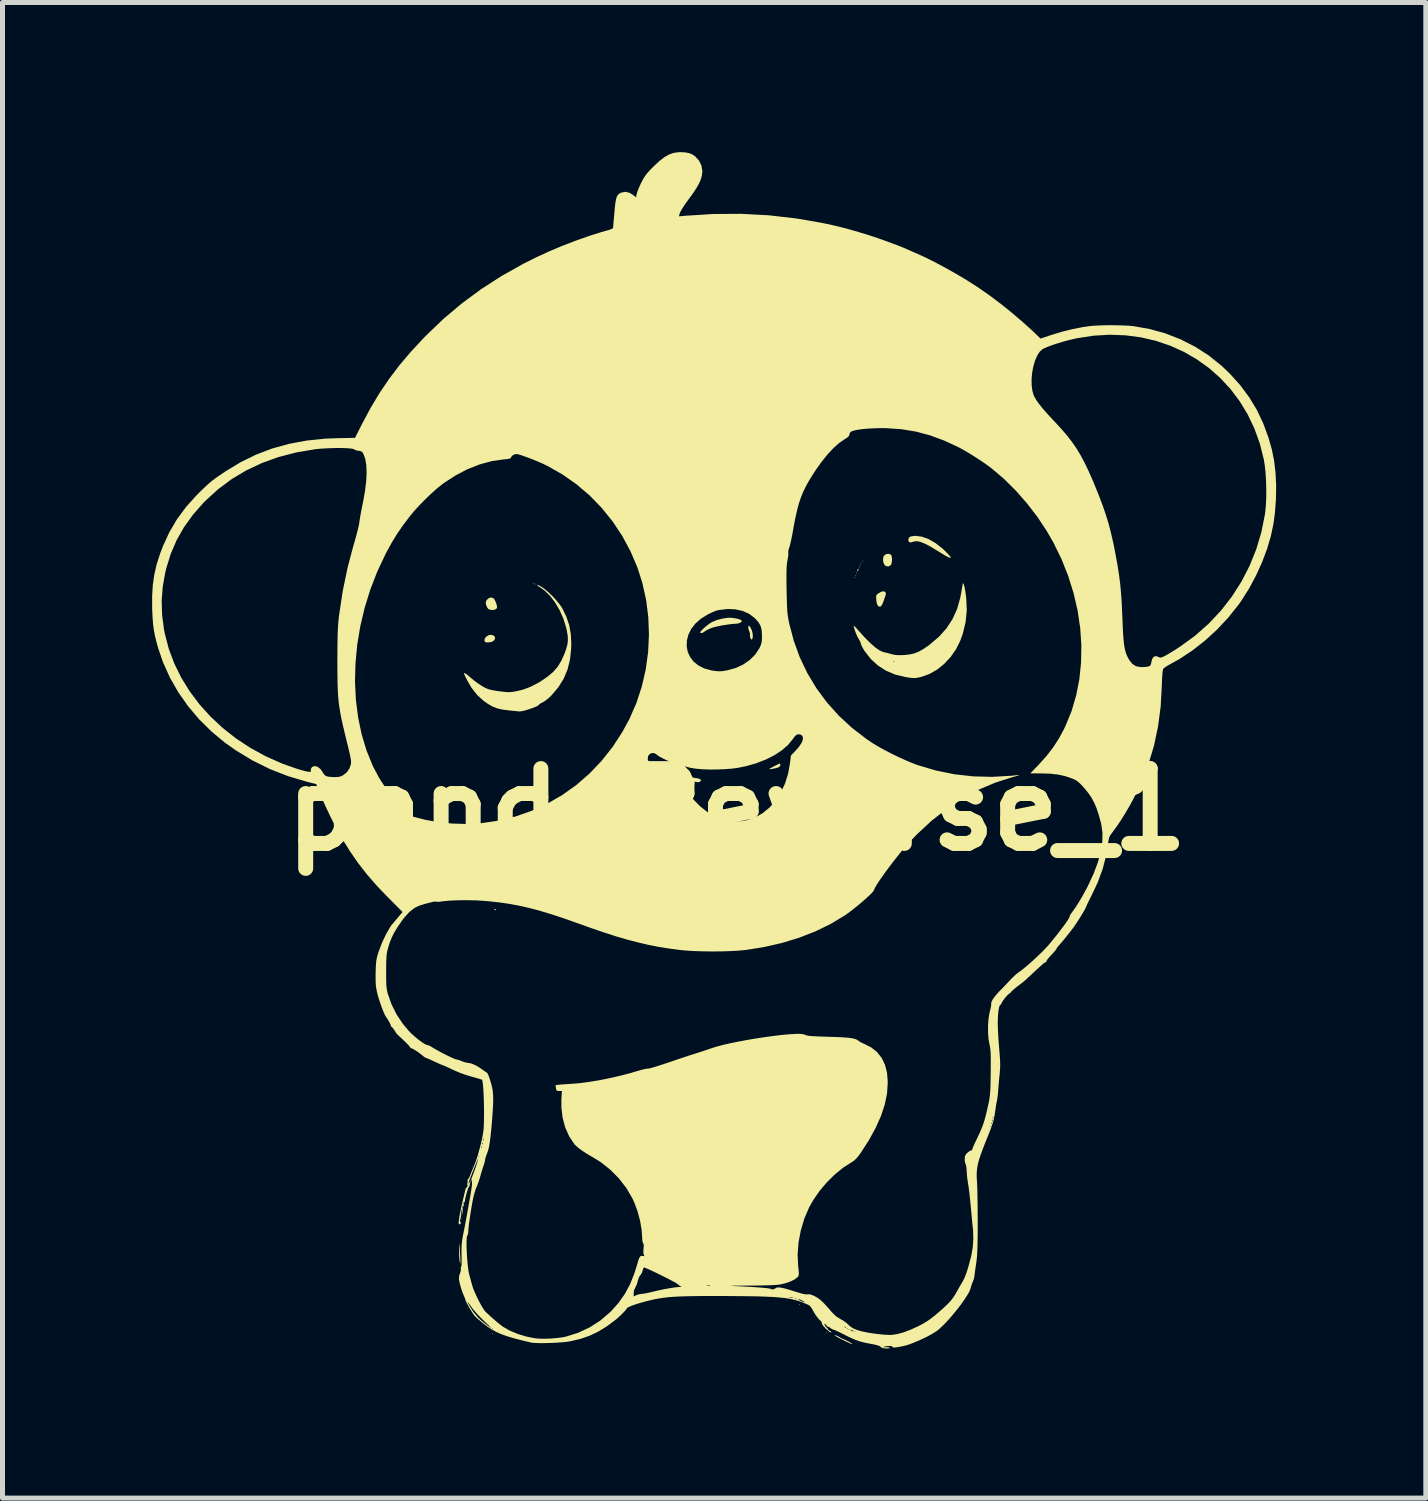
<source format=kicad_pcb>
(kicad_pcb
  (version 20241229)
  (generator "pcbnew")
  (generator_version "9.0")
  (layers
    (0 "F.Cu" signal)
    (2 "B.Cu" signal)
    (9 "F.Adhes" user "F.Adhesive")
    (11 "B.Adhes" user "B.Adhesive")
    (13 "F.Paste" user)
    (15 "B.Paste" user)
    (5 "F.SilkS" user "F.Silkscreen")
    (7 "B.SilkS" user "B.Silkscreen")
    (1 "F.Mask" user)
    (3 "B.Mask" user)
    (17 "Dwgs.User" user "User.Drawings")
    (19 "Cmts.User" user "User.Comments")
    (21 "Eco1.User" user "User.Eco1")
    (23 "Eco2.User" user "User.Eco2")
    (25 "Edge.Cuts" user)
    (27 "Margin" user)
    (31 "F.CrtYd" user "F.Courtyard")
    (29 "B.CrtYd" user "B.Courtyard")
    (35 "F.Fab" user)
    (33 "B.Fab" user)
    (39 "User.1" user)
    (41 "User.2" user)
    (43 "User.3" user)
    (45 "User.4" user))
  (footprint "pandaReverse_1"
    (layer "F.Cu")
    (at 11.721 13.179)
    (property "Reference" "pandaReverse_1" (at 0 0 0) (layer "F.SilkS") (effects (font (size 1.5 1.5) (thickness 0.3))))
    (attr board_only exclude_from_pos_files exclude_from_bom)
    (fp_poly (pts (xy -5.384 9.991) (xy -5.393 9.999) (xy -5.401 9.991) (xy -5.393 9.982)) (stroke (width 0) (type solid)) (fill yes) (layer "F.SilkS"))
    (fp_poly (pts (xy -5.299 7.153) (xy -5.307 7.162) (xy -5.316 7.153) (xy -5.307 7.145)) (stroke (width 0) (type solid)) (fill yes) (layer "F.SilkS"))
    (fp_poly (pts (xy -4.889 10.504) (xy -4.897 10.512) (xy -4.906 10.504) (xy -4.897 10.495)) (stroke (width 0) (type solid)) (fill yes) (layer "F.SilkS"))
    (fp_poly (pts (xy -4.068 -4.538) (xy -4.077 -4.53) (xy -4.085 -4.538) (xy -4.077 -4.547)) (stroke (width 0) (type solid)) (fill yes) (layer "F.SilkS"))
    (fp_poly (pts (xy -4.034 -4.521) (xy -4.042 -4.513) (xy -4.051 -4.521) (xy -4.042 -4.53)) (stroke (width 0) (type solid)) (fill yes) (layer "F.SilkS"))
    (fp_poly (pts (xy 1.265 9.922) (xy 1.256 9.931) (xy 1.248 9.922) (xy 1.256 9.914)) (stroke (width 0) (type solid)) (fill yes) (layer "F.SilkS"))
    (fp_poly (pts (xy 1.812 10.486) (xy 1.803 10.495) (xy 1.795 10.486) (xy 1.803 10.478)) (stroke (width 0) (type solid)) (fill yes) (layer "F.SilkS"))
    (fp_poly (pts (xy 2.376 -4.658) (xy 2.367 -4.649) (xy 2.359 -4.658) (xy 2.367 -4.666)) (stroke (width 0) (type solid)) (fill yes) (layer "F.SilkS"))
    (fp_poly (pts (xy 2.393 -4.692) (xy 2.384 -4.683) (xy 2.376 -4.692) (xy 2.384 -4.701)) (stroke (width 0) (type solid)) (fill yes) (layer "F.SilkS"))
    (fp_poly (pts (xy 2.41 -4.743) (xy 2.402 -4.735) (xy 2.393 -4.743) (xy 2.402 -4.752)) (stroke (width 0) (type solid)) (fill yes) (layer "F.SilkS"))
    (fp_poly (pts (xy 2.461 -4.863) (xy 2.453 -4.854) (xy 2.444 -4.863) (xy 2.453 -4.871)) (stroke (width 0) (type solid)) (fill yes) (layer "F.SilkS"))
    (fp_poly (pts (xy 2.478 -4.897) (xy 2.47 -4.889) (xy 2.461 -4.897) (xy 2.47 -4.906)) (stroke (width 0) (type solid)) (fill yes) (layer "F.SilkS"))
    (fp_poly (pts (xy 2.496 -4.931) (xy 2.487 -4.923) (xy 2.478 -4.931) (xy 2.487 -4.94)) (stroke (width 0) (type solid)) (fill yes) (layer "F.SilkS"))
    (fp_poly (pts (xy 2.53 -4.983) (xy 2.521 -4.974) (xy 2.513 -4.983) (xy 2.521 -4.991)) (stroke (width 0) (type solid)) (fill yes) (layer "F.SilkS"))
    (fp_poly (pts (xy -4.847 1.993) (xy -4.823 2.007) (xy -4.827 2.016) (xy -4.836 2.017) (xy -4.859 2.005) (xy -4.863 2) (xy -4.86 1.99)) (stroke (width 0) (type solid)) (fill yes) (layer "F.SilkS"))
    (fp_poly (pts (xy 2.444 -4.829) (xy 2.435 -4.801) (xy 2.427 -4.786) (xy 2.414 -4.772) (xy 2.411 -4.777) (xy 2.419 -4.806) (xy 2.427 -4.82) (xy 2.441 -4.834)) (stroke (width 0) (type solid)) (fill yes) (layer "F.SilkS"))
    (fp_poly (pts (xy -4.88 -3.492) (xy -4.851 -3.463) (xy -4.847 -3.425) (xy -4.87 -3.389) (xy -4.899 -3.369) (xy -4.946 -3.355) (xy -4.996 -3.351) (xy -5.036 -3.355) (xy -5.048 -3.362) (xy -5.062 -3.395) (xy -5.05 -3.434) (xy -5.019 -3.47) (xy -4.975 -3.496) (xy -4.931 -3.504)) (stroke (width 0) (type solid)) (fill yes) (layer "F.SilkS"))
    (fp_poly (pts (xy -0.852 -0.637) (xy -0.772 -0.623) (xy -0.765 -0.621) (xy -0.729 -0.606) (xy -0.719 -0.583) (xy -0.737 -0.561) (xy -0.745 -0.557) (xy -0.778 -0.549) (xy -0.818 -0.553) (xy -0.846 -0.559) (xy -0.885 -0.577) (xy -0.92 -0.604) (xy -0.939 -0.631) (xy -0.94 -0.636) (xy -0.932 -0.643) (xy -0.904 -0.643)) (stroke (width 0) (type solid)) (fill yes) (layer "F.SilkS"))
    (fp_poly (pts (xy 0.87 -0.909) (xy 0.872 -0.89) (xy 0.856 -0.86) (xy 0.816 -0.84) (xy 0.76 -0.826) (xy 0.708 -0.815) (xy 0.668 -0.809) (xy 0.65 -0.811) (xy 0.65 -0.812) (xy 0.663 -0.823) (xy 0.698 -0.843) (xy 0.745 -0.868) (xy 0.794 -0.893) (xy 0.836 -0.913) (xy 0.861 -0.923) (xy 0.863 -0.923)) (stroke (width 0) (type solid)) (fill yes) (layer "F.SilkS"))
    (fp_poly (pts (xy 3.079 -5.116) (xy 3.09 -5.107) (xy 3.105 -5.074) (xy 3.111 -5.021) (xy 3.107 -4.964) (xy 3.095 -4.917) (xy 3.084 -4.898) (xy 3.039 -4.874) (xy 2.989 -4.881) (xy 2.971 -4.893) (xy 2.944 -4.932) (xy 2.931 -4.989) (xy 2.933 -5.048) (xy 2.948 -5.087) (xy 2.985 -5.118) (xy 3.034 -5.128)) (stroke (width 0) (type solid)) (fill yes) (layer "F.SilkS"))
    (fp_poly (pts (xy -5.562 8.73) (xy -5.557 8.789) (xy -5.553 8.846) (xy -5.547 8.93) (xy -5.543 9.002) (xy -5.542 9.056) (xy -5.543 9.091) (xy -5.546 9.102) (xy -5.551 9.086) (xy -5.558 9.04) (xy -5.56 9.027) (xy -5.566 8.951) (xy -5.569 8.861) (xy -5.57 8.787) (xy -5.569 8.733) (xy -5.567 8.704) (xy -5.565 8.702)) (stroke (width 0) (type solid)) (fill yes) (layer "F.SilkS"))
    (fp_poly (pts (xy 0.255 -3.676) (xy 0.274 -3.649) (xy 0.3 -3.594) (xy 0.316 -3.53) (xy 0.321 -3.469) (xy 0.311 -3.426) (xy 0.297 -3.407) (xy 0.285 -3.416) (xy 0.274 -3.434) (xy 0.262 -3.473) (xy 0.264 -3.498) (xy 0.263 -3.53) (xy 0.25 -3.574) (xy 0.246 -3.582) (xy 0.231 -3.628) (xy 0.228 -3.666) (xy 0.23 -3.67) (xy 0.24 -3.685)) (stroke (width 0) (type solid)) (fill yes) (layer "F.SilkS"))
    (fp_poly (pts (xy 2.974 -4.363) (xy 2.989 -4.329) (xy 2.978 -4.285) (xy 2.963 -4.245) (xy 2.945 -4.191) (xy 2.938 -4.171) (xy 2.912 -4.106) (xy 2.882 -4.071) (xy 2.849 -4.069) (xy 2.824 -4.09) (xy 2.81 -4.121) (xy 2.799 -4.17) (xy 2.793 -4.226) (xy 2.792 -4.273) (xy 2.798 -4.3) (xy 2.837 -4.335) (xy 2.888 -4.364) (xy 2.935 -4.376) (xy 2.936 -4.376)) (stroke (width 0) (type solid)) (fill yes) (layer "F.SilkS"))
    (fp_poly (pts (xy -4.879 -4.236) (xy -4.869 -4.227) (xy -4.848 -4.191) (xy -4.826 -4.14) (xy -4.821 -4.124) (xy -4.808 -4.075) (xy -4.809 -4.044) (xy -4.82 -4.026) (xy -4.854 -4.007) (xy -4.905 -4.001) (xy -4.957 -4.009) (xy -4.978 -4.018) (xy -5.001 -4.045) (xy -5.022 -4.089) (xy -5.025 -4.098) (xy -5.034 -4.146) (xy -5.026 -4.181) (xy -5.011 -4.205) (xy -4.969 -4.241) (xy -4.921 -4.252)) (stroke (width 0) (type solid)) (fill yes) (layer "F.SilkS"))
    (fp_poly (pts (xy 1.983 10.539) (xy 2.026 10.556) (xy 2.051 10.571) (xy 2.084 10.591) (xy 2.131 10.613) (xy 2.137 10.615) (xy 2.184 10.636) (xy 2.233 10.661) (xy 2.277 10.685) (xy 2.308 10.705) (xy 2.318 10.716) (xy 2.315 10.717) (xy 2.293 10.71) (xy 2.247 10.691) (xy 2.187 10.662) (xy 2.144 10.641) (xy 2.051 10.594) (xy 1.989 10.561) (xy 1.958 10.54) (xy 1.959 10.534)) (stroke (width 0) (type solid)) (fill yes) (layer "F.SilkS"))
    (fp_poly (pts (xy 3.711 -5.47) (xy 3.844 -5.422) (xy 3.98 -5.344) (xy 4.115 -5.238) (xy 4.151 -5.206) (xy 4.223 -5.134) (xy 4.269 -5.084) (xy 4.288 -5.054) (xy 4.281 -5.045) (xy 4.246 -5.056) (xy 4.184 -5.088) (xy 4.096 -5.141) (xy 4.017 -5.19) (xy 3.881 -5.273) (xy 3.767 -5.332) (xy 3.674 -5.368) (xy 3.6 -5.381) (xy 3.543 -5.373) (xy 3.531 -5.368) (xy 3.483 -5.354) (xy 3.449 -5.367) (xy 3.436 -5.405) (xy 3.436 -5.409) (xy 3.448 -5.45) (xy 3.486 -5.475) (xy 3.553 -5.486) (xy 3.584 -5.487)) (stroke (width 0) (type solid)) (fill yes) (layer "F.SilkS"))
    (fp_poly (pts (xy -0.082 -3.842) (xy -0.014 -3.831) (xy 0.045 -3.816) (xy 0.086 -3.799) (xy 0.097 -3.79) (xy 0.095 -3.767) (xy 0.068 -3.745) (xy 0.024 -3.73) (xy -0.016 -3.726) (xy -0.087 -3.722) (xy -0.179 -3.71) (xy -0.281 -3.694) (xy -0.38 -3.675) (xy -0.464 -3.654) (xy -0.506 -3.642) (xy -0.566 -3.617) (xy -0.617 -3.59) (xy -0.641 -3.573) (xy -0.676 -3.549) (xy -0.71 -3.538) (xy -0.732 -3.544) (xy -0.735 -3.553) (xy -0.722 -3.575) (xy -0.689 -3.611) (xy -0.643 -3.653) (xy -0.59 -3.697) (xy -0.539 -3.734) (xy -0.499 -3.759) (xy -0.402 -3.799) (xy -0.292 -3.828) (xy -0.186 -3.844) (xy -0.149 -3.846)) (stroke (width 0) (type solid)) (fill yes) (layer "F.SilkS"))
    (fp_poly (pts (xy 4.543 -4.531) (xy 4.555 -4.494) (xy 4.569 -4.434) (xy 4.583 -4.355) (xy 4.595 -4.262) (xy 4.599 -4.229) (xy 4.609 -3.992) (xy 4.585 -3.755) (xy 4.528 -3.522) (xy 4.477 -3.382) (xy 4.393 -3.213) (xy 4.285 -3.059) (xy 4.159 -2.923) (xy 4.018 -2.809) (xy 3.868 -2.722) (xy 3.711 -2.664) (xy 3.69 -2.659) (xy 3.632 -2.645) (xy 3.586 -2.638) (xy 3.543 -2.636) (xy 3.493 -2.64) (xy 3.425 -2.65) (xy 3.376 -2.658) (xy 3.174 -2.707) (xy 2.99 -2.784) (xy 2.826 -2.889) (xy 2.74 -2.968) (xy 3.134 -2.968) (xy 3.136 -2.958) (xy 3.145 -2.957) (xy 3.159 -2.963) (xy 3.156 -2.968) (xy 3.136 -2.971) (xy 3.134 -2.968) (xy 2.74 -2.968) (xy 2.682 -3.022) (xy 2.559 -3.181) (xy 2.553 -3.19) (xy 2.52 -3.246) (xy 2.496 -3.295) (xy 2.486 -3.326) (xy 2.473 -3.366) (xy 2.448 -3.411) (xy 2.446 -3.413) (xy 2.424 -3.451) (xy 2.398 -3.508) (xy 2.373 -3.572) (xy 2.353 -3.631) (xy 2.342 -3.674) (xy 2.342 -3.682) (xy 2.352 -3.679) (xy 2.378 -3.655) (xy 2.416 -3.614) (xy 2.422 -3.606) (xy 2.552 -3.462) (xy 2.666 -3.346) (xy 2.766 -3.258) (xy 2.852 -3.196) (xy 2.928 -3.16) (xy 2.961 -3.152) (xy 3.012 -3.141) (xy 3.074 -3.124) (xy 3.101 -3.116) (xy 3.16 -3.102) (xy 3.23 -3.096) (xy 3.321 -3.097) (xy 3.353 -3.098) (xy 3.46 -3.109) (xy 3.554 -3.13) (xy 3.644 -3.165) (xy 3.738 -3.218) (xy 3.845 -3.291) (xy 3.874 -3.314) (xy 4.055 -3.468) (xy 4.204 -3.636) (xy 4.324 -3.82) (xy 4.415 -4.022) (xy 4.478 -4.244) (xy 4.502 -4.372) (xy 4.513 -4.442) (xy 4.523 -4.498) (xy 4.531 -4.533) (xy 4.534 -4.539)) (stroke (width 0) (type solid)) (fill yes) (layer "F.SilkS"))
    (fp_poly (pts (xy -3.971 -4.495) (xy -3.92 -4.468) (xy -3.849 -4.418) (xy -3.767 -4.348) (xy -3.683 -4.265) (xy -3.604 -4.177) (xy -3.537 -4.093) (xy -3.498 -4.032) (xy -3.417 -3.864) (xy -3.361 -3.697) (xy -3.329 -3.521) (xy -3.319 -3.33) (xy -3.321 -3.232) (xy -3.344 -3.012) (xy -3.393 -2.81) (xy -3.471 -2.625) (xy -3.578 -2.452) (xy -3.717 -2.289) (xy -3.722 -2.284) (xy -3.778 -2.231) (xy -3.837 -2.185) (xy -3.887 -2.153) (xy -3.893 -2.15) (xy -3.936 -2.128) (xy -3.962 -2.11) (xy -3.966 -2.104) (xy -3.981 -2.087) (xy -4.022 -2.066) (xy -4.081 -2.041) (xy -4.15 -2.017) (xy -4.222 -1.994) (xy -4.289 -1.977) (xy -4.343 -1.968) (xy -4.375 -1.968) (xy -4.395 -1.971) (xy -4.441 -1.976) (xy -4.508 -1.982) (xy -4.581 -1.99) (xy -4.706 -2.006) (xy -4.808 -2.03) (xy -4.9 -2.067) (xy -4.991 -2.12) (xy -5.072 -2.176) (xy -5.204 -2.295) (xy -5.32 -2.443) (xy -5.402 -2.585) (xy -5.433 -2.645) (xy -5.456 -2.694) (xy -5.468 -2.722) (xy -5.47 -2.726) (xy -5.459 -2.736) (xy -5.426 -2.719) (xy -5.373 -2.677) (xy -5.335 -2.643) (xy -5.269 -2.588) (xy -5.189 -2.529) (xy -5.112 -2.479) (xy -5.109 -2.477) (xy -5.051 -2.444) (xy -5.001 -2.421) (xy -4.949 -2.404) (xy -4.886 -2.391) (xy -4.801 -2.377) (xy -4.777 -2.374) (xy -4.683 -2.362) (xy -4.612 -2.355) (xy -4.554 -2.355) (xy -4.498 -2.359) (xy -4.444 -2.368) (xy -4.288 -2.404) (xy -4.141 -2.459) (xy -3.991 -2.536) (xy -3.929 -2.573) (xy -3.79 -2.668) (xy -3.678 -2.764) (xy -3.589 -2.868) (xy -3.516 -2.987) (xy -3.454 -3.129) (xy -3.426 -3.206) (xy -3.399 -3.301) (xy -3.387 -3.389) (xy -3.39 -3.481) (xy -3.408 -3.587) (xy -3.425 -3.66) (xy -3.48 -3.834) (xy -3.554 -3.999) (xy -3.642 -4.149) (xy -3.742 -4.281) (xy -3.85 -4.387) (xy -3.929 -4.444) (xy -3.982 -4.48) (xy -4.007 -4.502) (xy -4.003 -4.507)) (stroke (width 0) (type solid)) (fill yes) (layer "F.SilkS"))
    (fp_poly (pts (xy -1.035 -13.174) (xy -0.954 -13.159) (xy -0.888 -13.131) (xy -0.833 -13.092) (xy -0.757 -13.008) (xy -0.709 -12.908) (xy -0.691 -12.799) (xy -0.701 -12.708) (xy -0.723 -12.632) (xy -0.757 -12.553) (xy -0.806 -12.466) (xy -0.872 -12.364) (xy -0.959 -12.244) (xy -0.967 -12.234) (xy -1.024 -12.155) (xy -1.074 -12.081) (xy -1.113 -12.017) (xy -1.138 -11.971) (xy -1.143 -11.958) (xy -1.161 -11.892) (xy -1.046 -11.903) (xy -0.48 -11.939) (xy 0.083 -11.943) (xy 0.643 -11.913) (xy 1.197 -11.849) (xy 1.667 -11.768) (xy 1.808 -11.74) (xy 1.934 -11.712) (xy 2.054 -11.684) (xy 2.173 -11.653) (xy 2.301 -11.618) (xy 2.444 -11.576) (xy 2.609 -11.526) (xy 2.658 -11.511) (xy 2.73 -11.487) (xy 2.821 -11.457) (xy 2.923 -11.421) (xy 3.03 -11.382) (xy 3.135 -11.343) (xy 3.234 -11.306) (xy 3.318 -11.273) (xy 3.382 -11.246) (xy 3.416 -11.231) (xy 3.445 -11.217) (xy 3.496 -11.195) (xy 3.555 -11.169) (xy 3.744 -11.085) (xy 3.951 -10.983) (xy 4.169 -10.867) (xy 4.39 -10.743) (xy 4.607 -10.614) (xy 4.811 -10.484) (xy 4.876 -10.44) (xy 5.08 -10.297) (xy 5.295 -10.135) (xy 5.511 -9.961) (xy 5.72 -9.783) (xy 5.912 -9.61) (xy 5.946 -9.578) (xy 6.088 -9.442) (xy 6.306 -9.515) (xy 6.513 -9.578) (xy 6.727 -9.631) (xy 6.935 -9.672) (xy 7.082 -9.693) (xy 7.185 -9.701) (xy 7.311 -9.707) (xy 7.45 -9.71) (xy 7.592 -9.709) (xy 7.729 -9.706) (xy 7.851 -9.7) (xy 7.943 -9.692) (xy 8.274 -9.634) (xy 8.593 -9.545) (xy 8.899 -9.425) (xy 9.191 -9.276) (xy 9.465 -9.099) (xy 9.72 -8.894) (xy 9.882 -8.739) (xy 10.091 -8.507) (xy 10.27 -8.266) (xy 10.423 -8.014) (xy 10.551 -7.744) (xy 10.658 -7.453) (xy 10.724 -7.221) (xy 10.769 -7.001) (xy 10.798 -6.757) (xy 10.811 -6.497) (xy 10.807 -6.227) (xy 10.787 -5.955) (xy 10.758 -5.735) (xy 10.705 -5.483) (xy 10.627 -5.22) (xy 10.526 -4.952) (xy 10.405 -4.687) (xy 10.268 -4.431) (xy 10.116 -4.191) (xy 10.052 -4.1) (xy 9.849 -3.847) (xy 9.625 -3.607) (xy 9.383 -3.386) (xy 9.13 -3.188) (xy 8.87 -3.016) (xy 8.685 -2.914) (xy 8.625 -2.88) (xy 8.576 -2.847) (xy 8.547 -2.821) (xy 8.545 -2.817) (xy 8.538 -2.787) (xy 8.531 -2.729) (xy 8.525 -2.648) (xy 8.521 -2.55) (xy 8.519 -2.485) (xy 8.496 -2.069) (xy 8.444 -1.67) (xy 8.363 -1.285) (xy 8.251 -0.911) (xy 8.108 -0.544) (xy 7.953 -0.222) (xy 7.873 -0.074) (xy 7.787 0.073) (xy 7.7 0.212) (xy 7.619 0.332) (xy 7.591 0.37) (xy 7.559 0.414) (xy 7.538 0.444) (xy 7.506 0.488) (xy 7.484 0.515) (xy 7.467 0.55) (xy 7.452 0.606) (xy 7.444 0.655) (xy 7.402 0.928) (xy 7.332 1.194) (xy 7.234 1.46) (xy 7.125 1.691) (xy 7.085 1.772) (xy 7.05 1.842) (xy 7.024 1.896) (xy 7.01 1.927) (xy 7.008 1.933) (xy 6.999 1.957) (xy 6.975 2.004) (xy 6.939 2.066) (xy 6.896 2.138) (xy 6.849 2.213) (xy 6.801 2.286) (xy 6.758 2.349) (xy 6.738 2.376) (xy 6.686 2.444) (xy 6.626 2.52) (xy 6.564 2.597) (xy 6.506 2.666) (xy 6.458 2.721) (xy 6.432 2.749) (xy 6.413 2.776) (xy 6.41 2.787) (xy 6.399 2.806) (xy 6.369 2.842) (xy 6.327 2.889) (xy 6.308 2.909) (xy 6.263 2.958) (xy 6.23 2.997) (xy 6.213 3.021) (xy 6.213 3.025) (xy 6.207 3.042) (xy 6.194 3.056) (xy 6.175 3.071) (xy 6.171 3.07) (xy 6.161 3.074) (xy 6.133 3.097) (xy 6.085 3.14) (xy 6.015 3.204) (xy 5.922 3.29) (xy 5.887 3.324) (xy 5.825 3.38) (xy 5.769 3.431) (xy 5.725 3.468) (xy 5.702 3.486) (xy 5.656 3.519) (xy 5.605 3.559) (xy 5.555 3.6) (xy 5.515 3.637) (xy 5.49 3.663) (xy 5.486 3.67) (xy 5.474 3.683) (xy 5.471 3.684) (xy 5.45 3.696) (xy 5.417 3.728) (xy 5.379 3.772) (xy 5.343 3.818) (xy 5.317 3.858) (xy 5.309 3.876) (xy 5.294 3.906) (xy 5.282 3.914) (xy 5.268 3.93) (xy 5.254 3.975) (xy 5.243 4.043) (xy 5.235 4.129) (xy 5.231 4.227) (xy 5.23 4.278) (xy 5.232 4.361) (xy 5.236 4.467) (xy 5.243 4.586) (xy 5.252 4.709) (xy 5.259 4.793) (xy 5.269 4.917) (xy 5.276 5.016) (xy 5.279 5.098) (xy 5.278 5.171) (xy 5.273 5.244) (xy 5.267 5.314) (xy 5.257 5.408) (xy 5.249 5.505) (xy 5.242 5.591) (xy 5.238 5.636) (xy 5.232 5.712) (xy 5.222 5.788) (xy 5.213 5.841) (xy 5.201 5.899) (xy 5.189 5.975) (xy 5.178 6.054) (xy 5.177 6.059) (xy 5.164 6.144) (xy 5.146 6.225) (xy 5.121 6.311) (xy 5.086 6.41) (xy 5.039 6.529) (xy 4.974 6.69) (xy 4.922 6.825) (xy 4.881 6.938) (xy 4.85 7.034) (xy 4.829 7.119) (xy 4.816 7.196) (xy 4.809 7.271) (xy 4.808 7.349) (xy 4.812 7.435) (xy 4.814 7.468) (xy 4.818 7.537) (xy 4.821 7.635) (xy 4.823 7.756) (xy 4.826 7.892) (xy 4.827 8.04) (xy 4.828 8.192) (xy 4.828 8.29) (xy 4.828 8.465) (xy 4.826 8.609) (xy 4.824 8.729) (xy 4.821 8.829) (xy 4.817 8.913) (xy 4.811 8.986) (xy 4.804 9.052) (xy 4.797 9.102) (xy 4.784 9.187) (xy 4.773 9.264) (xy 4.765 9.325) (xy 4.762 9.358) (xy 4.75 9.412) (xy 4.731 9.461) (xy 4.712 9.509) (xy 4.692 9.571) (xy 4.685 9.6) (xy 4.662 9.659) (xy 4.618 9.736) (xy 4.558 9.828) (xy 4.486 9.93) (xy 4.404 10.035) (xy 4.318 10.14) (xy 4.23 10.24) (xy 4.145 10.329) (xy 4.068 10.403) (xy 4.001 10.457) (xy 3.993 10.462) (xy 3.9 10.519) (xy 3.785 10.58) (xy 3.659 10.639) (xy 3.535 10.691) (xy 3.453 10.722) (xy 3.382 10.743) (xy 3.308 10.761) (xy 3.238 10.774) (xy 3.179 10.782) (xy 3.136 10.782) (xy 3.117 10.776) (xy 3.118 10.77) (xy 3.112 10.759) (xy 3.081 10.753) (xy 3.038 10.753) (xy 2.992 10.758) (xy 2.953 10.768) (xy 2.949 10.77) (xy 2.933 10.779) (xy 2.947 10.781) (xy 2.974 10.778) (xy 3.022 10.776) (xy 3.058 10.784) (xy 3.06 10.786) (xy 3.065 10.796) (xy 3.041 10.801) (xy 2.996 10.802) (xy 2.936 10.799) (xy 2.899 10.785) (xy 2.885 10.772) (xy 2.861 10.754) (xy 2.812 10.737) (xy 2.735 10.719) (xy 2.684 10.71) (xy 2.565 10.687) (xy 2.46 10.659) (xy 2.358 10.622) (xy 2.248 10.573) (xy 2.131 10.514) (xy 2.061 10.479) (xy 2.041 10.469) (xy 2.359 10.469) (xy 2.367 10.478) (xy 2.376 10.469) (xy 2.367 10.461) (xy 2.359 10.469) (xy 2.041 10.469) (xy 2.001 10.45) (xy 1.964 10.434) (xy 2.279 10.434) (xy 2.29 10.444) (xy 2.322 10.458) (xy 2.333 10.46) (xy 2.336 10.453) (xy 2.325 10.444) (xy 2.293 10.429) (xy 2.282 10.427) (xy 2.279 10.434) (xy 1.964 10.434) (xy 1.958 10.432) (xy 1.941 10.427) (xy 1.917 10.418) (xy 2.239 10.418) (xy 2.248 10.427) (xy 2.256 10.418) (xy 2.248 10.41) (xy 2.239 10.418) (xy 1.917 10.418) (xy 1.913 10.417) (xy 1.889 10.401) (xy 2.205 10.401) (xy 2.214 10.41) (xy 2.222 10.401) (xy 2.214 10.392) (xy 2.205 10.401) (xy 1.889 10.401) (xy 1.876 10.393) (xy 1.874 10.391) (xy 1.844 10.371) (xy 1.829 10.368) (xy 1.829 10.369) (xy 1.821 10.368) (xy 1.817 10.363) (xy 2.156 10.363) (xy 2.161 10.373) (xy 2.178 10.391) (xy 2.188 10.387) (xy 2.188 10.385) (xy 2.176 10.37) (xy 2.168 10.365) (xy 2.156 10.363) (xy 1.817 10.363) (xy 1.802 10.345) (xy 1.776 10.317) (xy 1.757 10.307) (xy 1.753 10.317) (xy 1.77 10.343) (xy 1.771 10.343) (xy 1.794 10.373) (xy 1.803 10.39) (xy 1.815 10.397) (xy 1.817 10.396) (xy 1.824 10.402) (xy 1.821 10.409) (xy 1.826 10.427) (xy 1.854 10.443) (xy 1.886 10.462) (xy 1.897 10.479) (xy 1.885 10.482) (xy 1.856 10.468) (xy 1.848 10.462) (xy 1.806 10.428) (xy 1.765 10.387) (xy 1.747 10.367) (xy 1.761 10.367) (xy 1.769 10.375) (xy 1.778 10.367) (xy 1.769 10.358) (xy 1.761 10.367) (xy 1.747 10.367) (xy 1.73 10.347) (xy 1.708 10.314) (xy 1.704 10.295) (xy 1.706 10.294) (xy 1.705 10.28) (xy 1.683 10.252) (xy 1.657 10.228) (xy 1.614 10.179) (xy 1.568 10.115) (xy 1.536 10.059) (xy 1.503 10.002) (xy 1.471 9.957) (xy 1.446 9.934) (xy 1.445 9.934) (xy 1.368 9.9) (xy 1.294 9.87) (xy 1.219 9.845) (xy 1.14 9.824) (xy 1.114 9.818) (xy 1.229 9.818) (xy 1.252 9.834) (xy 1.273 9.845) (xy 1.324 9.867) (xy 1.353 9.876) (xy 1.359 9.873) (xy 1.338 9.858) (xy 1.316 9.845) (xy 1.271 9.824) (xy 1.236 9.813) (xy 1.231 9.812) (xy 1.229 9.818) (xy 1.114 9.818) (xy 1.054 9.806) (xy 1.014 9.8) (xy 1.168 9.8) (xy 1.17 9.81) (xy 1.179 9.811) (xy 1.193 9.805) (xy 1.191 9.8) (xy 1.171 9.798) (xy 1.168 9.8) (xy 1.014 9.8) (xy 0.958 9.791) (xy 0.915 9.787) (xy 1.046 9.787) (xy 1.067 9.789) (xy 1.085 9.79) (xy 1.121 9.789) (xy 1.13 9.785) (xy 1.124 9.782) (xy 1.083 9.779) (xy 1.056 9.782) (xy 1.046 9.787) (xy 0.915 9.787) (xy 0.849 9.78) (xy 0.725 9.77) (xy 0.581 9.764) (xy 0.415 9.758) (xy 0.224 9.755) (xy 0.005 9.753) (xy -0.231 9.751) (xy -0.468 9.751) (xy -0.676 9.751) (xy -0.856 9.753) (xy -1.012 9.756) (xy -1.148 9.76) (xy -1.268 9.767) (xy -1.375 9.775) (xy -1.472 9.787) (xy -1.563 9.801) (xy -1.652 9.817) (xy -1.741 9.838) (xy -1.836 9.861) (xy -1.875 9.872) (xy -1.968 9.898) (xy -2.053 9.926) (xy -2.125 9.952) (xy -2.176 9.976) (xy -2.203 9.993) (xy -2.205 9.998) (xy -2.217 10.018) (xy -2.248 10.055) (xy -2.293 10.102) (xy -2.345 10.153) (xy -2.399 10.201) (xy -2.436 10.232) (xy -2.612 10.363) (xy -2.783 10.467) (xy -2.954 10.548) (xy -3.136 10.611) (xy -3.337 10.658) (xy -3.349 10.661) (xy -3.423 10.671) (xy -3.518 10.68) (xy -3.627 10.687) (xy -3.741 10.692) (xy -3.855 10.695) (xy -3.959 10.695) (xy -4.047 10.692) (xy -4.111 10.686) (xy -4.126 10.683) (xy -4.313 10.639) (xy -4.47 10.598) (xy -4.604 10.558) (xy -4.718 10.517) (xy -4.817 10.474) (xy -4.907 10.425) (xy -4.944 10.401) (xy -4.906 10.401) (xy -4.897 10.41) (xy -4.889 10.401) (xy -4.897 10.392) (xy -4.906 10.401) (xy -4.944 10.401) (xy -4.992 10.37) (xy -5.076 10.307) (xy -5.077 10.306) (xy -5.14 10.254) (xy -5.196 10.206) (xy -5.238 10.168) (xy -5.255 10.151) (xy -5.28 10.117) (xy -5.313 10.067) (xy -5.349 10.007) (xy -5.384 9.948) (xy -5.413 9.895) (xy -5.426 9.869) (xy -5.402 9.869) (xy -5.388 9.897) (xy -5.375 9.922) (xy -5.285 10.066) (xy -5.186 10.183) (xy -5.126 10.239) (xy -5.066 10.289) (xy -5.009 10.333) (xy -4.962 10.368) (xy -4.932 10.389) (xy -4.925 10.392) (xy -4.934 10.381) (xy -4.963 10.352) (xy -5.009 10.308) (xy -5.066 10.254) (xy -5.07 10.249) (xy -5.139 10.181) (xy -5.208 10.109) (xy -5.266 10.042) (xy -5.299 10) (xy -5.351 9.928) (xy -5.385 9.884) (xy -5.401 9.864) (xy -5.402 9.869) (xy -5.426 9.869) (xy -5.432 9.858) (xy -5.436 9.845) (xy -5.442 9.821) (xy -5.459 9.779) (xy -5.468 9.756) (xy -5.5 9.678) (xy -5.529 9.592) (xy -5.552 9.508) (xy -5.568 9.437) (xy -5.572 9.394) (xy -5.564 9.337) (xy -5.547 9.288) (xy -5.532 9.239) (xy -5.533 9.198) (xy -5.535 9.171) (xy -5.527 9.166) (xy -5.522 9.154) (xy -5.518 9.112) (xy -5.517 9.044) (xy -5.518 8.955) (xy -5.518 8.942) (xy -5.52 8.827) (xy -5.517 8.735) (xy -5.51 8.653) (xy -5.496 8.568) (xy -5.49 8.537) (xy -5.477 8.473) (xy -5.459 8.381) (xy -5.438 8.269) (xy -5.415 8.145) (xy -5.391 8.015) (xy -5.375 7.923) (xy -5.35 7.782) (xy -5.331 7.671) (xy -5.318 7.586) (xy -5.311 7.525) (xy -5.309 7.483) (xy -5.311 7.458) (xy -5.314 7.449) (xy -5.325 7.412) (xy -5.314 7.381) (xy -5.301 7.351) (xy -5.282 7.3) (xy -5.259 7.236) (xy -5.235 7.167) (xy -5.213 7.101) (xy -5.196 7.046) (xy -5.186 7.009) (xy -5.184 6.997) (xy -5.192 7.01) (xy -5.209 7.049) (xy -5.233 7.106) (xy -5.262 7.176) (xy -5.292 7.252) (xy -5.322 7.328) (xy -5.349 7.397) (xy -5.369 7.453) (xy -5.381 7.489) (xy -5.384 7.498) (xy -5.376 7.496) (xy -5.358 7.471) (xy -5.357 7.47) (xy -5.332 7.427) (xy -5.343 7.47) (xy -5.353 7.51) (xy -5.356 7.534) (xy -5.363 7.554) (xy -5.367 7.555) (xy -5.377 7.57) (xy -5.393 7.61) (xy -5.41 7.666) (xy -5.411 7.67) (xy -5.429 7.736) (xy -5.44 7.778) (xy -5.446 7.804) (xy -5.449 7.823) (xy -5.45 7.844) (xy -5.45 7.847) (xy -5.459 7.87) (xy -5.469 7.871) (xy -5.479 7.878) (xy -5.477 7.913) (xy -5.477 7.917) (xy -5.472 7.952) (xy -5.477 7.958) (xy -5.487 7.948) (xy -5.499 7.937) (xy -5.501 7.953) (xy -5.497 7.982) (xy -5.496 8.043) (xy -5.504 8.102) (xy -5.513 8.134) (xy -5.517 8.137) (xy -5.515 8.111) (xy -5.513 8.076) (xy -5.509 8.03) (xy -5.51 8.014) (xy -5.517 8.026) (xy -5.522 8.042) (xy -5.531 8.091) (xy -5.532 8.153) (xy -5.531 8.179) (xy -5.527 8.224) (xy -5.529 8.236) (xy -5.535 8.219) (xy -5.537 8.213) (xy -5.551 8.162) (xy -5.553 8.217) (xy -5.549 8.255) (xy -5.537 8.273) (xy -5.536 8.273) (xy -5.528 8.282) (xy -5.539 8.3) (xy -5.562 8.318) (xy -5.574 8.307) (xy -5.576 8.264) (xy -5.568 8.191) (xy -5.549 8.087) (xy -5.52 7.951) (xy -5.496 7.846) (xy -5.476 7.764) (xy -5.459 7.693) (xy -5.447 7.638) (xy -5.44 7.611) (xy -5.429 7.584) (xy -5.42 7.58) (xy -5.411 7.57) (xy -5.405 7.538) (xy -5.401 7.538) (xy -5.395 7.552) (xy -5.39 7.549) (xy -5.388 7.529) (xy -5.39 7.527) (xy -5.4 7.529) (xy -5.401 7.538) (xy -5.405 7.538) (xy -5.405 7.536) (xy -5.404 7.524) (xy -5.399 7.46) (xy -5.395 7.423) (xy -5.391 7.406) (xy -5.385 7.401) (xy -5.383 7.401) (xy -5.371 7.387) (xy -5.353 7.349) (xy -5.342 7.32) (xy -5.315 7.253) (xy -5.285 7.18) (xy -5.273 7.153) (xy -5.235 7.057) (xy -5.199 6.948) (xy -5.179 6.948) (xy -5.171 6.957) (xy -5.162 6.948) (xy -5.171 6.94) (xy -5.179 6.948) (xy -5.199 6.948) (xy -5.195 6.935) (xy -5.156 6.796) (xy -5.149 6.769) (xy -5.128 6.769) (xy -5.122 6.783) (xy -5.116 6.78) (xy -5.114 6.76) (xy -5.116 6.757) (xy -5.127 6.76) (xy -5.128 6.769) (xy -5.149 6.769) (xy -5.129 6.69) (xy -5.109 6.69) (xy -5.106 6.713) (xy -5.1 6.713) (xy -5.096 6.69) (xy -5.099 6.68) (xy -5.107 6.674) (xy -5.109 6.69) (xy -5.129 6.69) (xy -5.119 6.649) (xy -5.112 6.615) (xy -5.091 6.615) (xy -5.088 6.639) (xy -5.082 6.636) (xy -5.08 6.601) (xy -5.082 6.594) (xy -5.089 6.591) (xy -5.091 6.615) (xy -5.112 6.615) (xy -5.108 6.598) (xy -5.093 6.525) (xy -5.083 6.456) (xy -5.075 6.384) (xy -5.071 6.3) (xy -5.069 6.196) (xy -5.068 6.094) (xy -5.069 5.961) (xy -5.072 5.832) (xy -5.076 5.713) (xy -5.082 5.608) (xy -5.089 5.521) (xy -5.097 5.457) (xy -5.105 5.422) (xy -5.108 5.416) (xy -5.128 5.408) (xy -5.174 5.394) (xy -5.24 5.375) (xy -5.318 5.353) (xy -5.32 5.353) (xy -5.439 5.317) (xy -5.565 5.271) (xy -5.679 5.222) (xy -5.696 5.214) (xy -5.767 5.18) (xy -5.827 5.152) (xy -5.869 5.134) (xy -5.886 5.128) (xy -5.906 5.121) (xy -5.949 5.102) (xy -6.01 5.075) (xy -6.062 5.051) (xy -6.131 5.019) (xy -6.188 4.994) (xy -6.226 4.978) (xy -6.238 4.974) (xy -6.259 4.964) (xy -6.291 4.939) (xy -6.292 4.938) (xy -6.34 4.899) (xy -6.395 4.859) (xy -6.45 4.823) (xy -6.497 4.796) (xy -6.529 4.782) (xy -6.537 4.783) (xy -6.545 4.782) (xy -6.544 4.775) (xy -6.553 4.757) (xy -6.584 4.721) (xy -6.63 4.673) (xy -6.683 4.623) (xy -6.741 4.568) (xy -6.79 4.522) (xy -6.823 4.488) (xy -6.835 4.472) (xy -6.853 4.439) (xy -6.879 4.402) (xy -6.905 4.369) (xy -6.925 4.351) (xy -6.929 4.351) (xy -6.933 4.35) (xy -6.932 4.348) (xy -6.935 4.329) (xy -6.952 4.29) (xy -6.978 4.242) (xy -7.006 4.194) (xy -7.033 4.155) (xy -7.034 4.154) (xy -7.056 4.117) (xy -7.083 4.055) (xy -7.114 3.975) (xy -7.146 3.887) (xy -7.176 3.796) (xy -7.201 3.712) (xy -7.211 3.67) (xy -7.226 3.598) (xy -7.236 3.53) (xy -7.241 3.455) (xy -7.242 3.364) (xy -7.242 3.351) (xy -7.03 3.351) (xy -7.029 3.443) (xy -7.027 3.515) (xy -7.021 3.573) (xy -7.013 3.623) (xy -7.002 3.673) (xy -6.994 3.701) (xy -6.922 3.904) (xy -6.822 4.105) (xy -6.697 4.293) (xy -6.574 4.44) (xy -6.517 4.497) (xy -6.45 4.556) (xy -6.381 4.613) (xy -6.316 4.661) (xy -6.261 4.697) (xy -6.221 4.716) (xy -6.212 4.718) (xy -6.177 4.727) (xy -6.131 4.75) (xy -6.119 4.758) (xy -6.071 4.788) (xy -6.005 4.825) (xy -5.93 4.866) (xy -5.85 4.907) (xy -5.773 4.945) (xy -5.706 4.977) (xy -5.655 4.999) (xy -5.626 5.008) (xy -5.625 5.008) (xy -5.591 5.015) (xy -5.541 5.032) (xy -5.519 5.042) (xy -5.462 5.063) (xy -5.408 5.075) (xy -5.393 5.077) (xy -5.33 5.088) (xy -5.253 5.118) (xy -5.174 5.162) (xy -5.13 5.192) (xy -5.084 5.225) (xy -5.045 5.252) (xy -5.035 5.257) (xy -5.014 5.271) (xy -4.997 5.29) (xy -4.982 5.321) (xy -4.963 5.371) (xy -4.942 5.436) (xy -4.914 5.533) (xy -4.895 5.626) (xy -4.886 5.723) (xy -4.884 5.833) (xy -4.889 5.966) (xy -4.891 6) (xy -4.906 6.217) (xy -4.922 6.402) (xy -4.938 6.556) (xy -4.955 6.681) (xy -4.972 6.778) (xy -4.992 6.85) (xy -5 6.872) (xy -5.024 6.935) (xy -5.042 6.995) (xy -5.048 7.027) (xy -5.059 7.082) (xy -5.074 7.128) (xy -5.087 7.163) (xy -5.105 7.221) (xy -5.126 7.292) (xy -5.137 7.331) (xy -5.16 7.41) (xy -5.185 7.484) (xy -5.207 7.542) (xy -5.215 7.559) (xy -5.235 7.608) (xy -5.257 7.677) (xy -5.277 7.754) (xy -5.282 7.774) (xy -5.299 7.858) (xy -5.317 7.958) (xy -5.335 8.066) (xy -5.351 8.175) (xy -5.366 8.278) (xy -5.377 8.366) (xy -5.383 8.433) (xy -5.384 8.462) (xy -5.389 8.507) (xy -5.401 8.537) (xy -5.404 8.539) (xy -5.412 8.562) (xy -5.417 8.612) (xy -5.419 8.684) (xy -5.418 8.773) (xy -5.414 8.872) (xy -5.408 8.975) (xy -5.4 9.076) (xy -5.39 9.17) (xy -5.379 9.25) (xy -5.367 9.311) (xy -5.366 9.316) (xy -5.345 9.392) (xy -5.324 9.469) (xy -5.308 9.529) (xy -5.287 9.595) (xy -5.254 9.676) (xy -5.213 9.766) (xy -5.168 9.856) (xy -5.123 9.94) (xy -5.081 10.009) (xy -5.047 10.057) (xy -5.038 10.066) (xy -4.951 10.148) (xy -4.863 10.226) (xy -4.781 10.295) (xy -4.713 10.349) (xy -4.683 10.37) (xy -4.552 10.445) (xy -4.395 10.51) (xy -4.223 10.563) (xy -4.054 10.597) (xy -3.962 10.606) (xy -3.847 10.608) (xy -3.722 10.603) (xy -3.597 10.592) (xy -3.484 10.577) (xy -3.422 10.564) (xy -3.179 10.487) (xy -2.95 10.38) (xy -2.738 10.243) (xy -2.543 10.077) (xy -2.523 10.057) (xy -2.373 9.89) (xy -2.282 9.761) (xy -2.068 9.761) (xy -2.018 9.735) (xy -1.963 9.716) (xy -1.911 9.709) (xy -1.87 9.704) (xy -1.806 9.693) (xy -1.731 9.677) (xy -1.692 9.667) (xy -1.578 9.64) (xy -1.461 9.615) (xy -1.349 9.595) (xy -1.249 9.579) (xy -1.172 9.571) (xy -1.154 9.57) (xy -1.119 9.567) (xy -1.111 9.562) (xy -1.118 9.56) (xy -1.141 9.547) (xy -0.612 9.547) (xy -0.591 9.55) (xy -0.573 9.551) (xy -0.537 9.549) (xy -0.528 9.545) (xy -0.534 9.543) (xy -0.575 9.54) (xy -0.602 9.543) (xy -0.612 9.547) (xy -1.141 9.547) (xy -1.152 9.542) (xy -1.186 9.513) (xy -1.209 9.496) (xy -1.258 9.469) (xy -1.325 9.433) (xy -1.406 9.391) (xy -1.494 9.347) (xy -1.584 9.302) (xy -1.67 9.261) (xy -1.747 9.225) (xy -1.809 9.198) (xy -1.849 9.182) (xy -1.861 9.179) (xy -1.874 9.194) (xy -1.886 9.231) (xy -1.888 9.239) (xy -1.905 9.29) (xy -1.933 9.331) (xy -1.934 9.332) (xy -1.959 9.368) (xy -1.979 9.422) (xy -1.985 9.447) (xy -2.001 9.507) (xy -2.025 9.561) (xy -2.034 9.576) (xy -2.061 9.635) (xy -2.068 9.691) (xy -2.068 9.761) (xy -2.282 9.761) (xy -2.247 9.712) (xy -2.142 9.517) (xy -2.055 9.3) (xy -1.998 9.117) (xy -1.975 9.036) (xy -1.955 8.984) (xy -1.935 8.955) (xy -1.912 8.945) (xy -1.883 8.948) (xy -1.854 8.953) (xy -1.853 8.944) (xy -1.861 8.933) (xy -1.873 8.9) (xy -1.874 8.841) (xy -1.871 8.806) (xy -1.866 8.736) (xy -1.873 8.699) (xy -1.878 8.693) (xy -1.889 8.67) (xy -1.896 8.626) (xy -1.897 8.592) (xy -1.909 8.424) (xy -1.94 8.242) (xy -1.989 8.058) (xy -2.053 7.883) (xy -2.096 7.79) (xy -2.217 7.584) (xy -2.365 7.392) (xy -2.536 7.22) (xy -2.723 7.071) (xy -2.88 6.973) (xy -2.997 6.906) (xy -3.101 6.838) (xy -3.186 6.775) (xy -3.246 6.719) (xy -3.259 6.704) (xy -3.362 6.549) (xy -3.44 6.374) (xy -3.492 6.182) (xy -3.517 5.978) (xy -3.517 5.811) (xy -3.507 5.641) (xy -3.564 5.641) (xy -3.602 5.637) (xy -3.62 5.62) (xy -3.627 5.582) (xy -3.634 5.523) (xy -3.548 5.514) (xy -3.492 5.509) (xy -3.414 5.504) (xy -3.329 5.498) (xy -3.29 5.496) (xy -3.132 5.482) (xy -2.949 5.457) (xy -2.75 5.424) (xy -2.542 5.382) (xy -2.333 5.334) (xy -2.13 5.281) (xy -1.966 5.233) (xy -1.896 5.213) (xy -1.834 5.199) (xy -1.792 5.192) (xy -1.783 5.193) (xy -1.756 5.189) (xy -1.702 5.175) (xy -1.627 5.153) (xy -1.535 5.124) (xy -1.432 5.09) (xy -1.389 5.076) (xy -1.269 5.035) (xy -1.145 4.993) (xy -1.025 4.953) (xy -0.919 4.918) (xy -0.835 4.892) (xy -0.829 4.89) (xy -0.736 4.86) (xy -0.642 4.829) (xy -0.558 4.801) (xy -0.504 4.782) (xy -0.405 4.751) (xy -0.277 4.717) (xy -0.127 4.683) (xy 0.041 4.649) (xy 0.219 4.616) (xy 0.402 4.585) (xy 0.585 4.558) (xy 0.761 4.534) (xy 0.926 4.515) (xy 1.072 4.502) (xy 1.195 4.496) (xy 1.226 4.495) (xy 1.302 4.499) (xy 1.358 4.51) (xy 1.377 4.519) (xy 1.397 4.527) (xy 1.436 4.534) (xy 1.496 4.54) (xy 1.581 4.545) (xy 1.693 4.55) (xy 1.829 4.554) (xy 1.987 4.559) (xy 2.114 4.565) (xy 2.214 4.572) (xy 2.292 4.581) (xy 2.351 4.593) (xy 2.394 4.607) (xy 2.425 4.625) (xy 2.436 4.633) (xy 2.473 4.658) (xy 2.525 4.685) (xy 2.547 4.694) (xy 2.692 4.766) (xy 2.811 4.861) (xy 2.903 4.978) (xy 2.97 5.117) (xy 3.011 5.277) (xy 3.025 5.461) (xy 3.025 5.474) (xy 3.011 5.688) (xy 2.966 5.91) (xy 2.89 6.139) (xy 2.784 6.378) (xy 2.647 6.628) (xy 2.479 6.888) (xy 2.47 6.901) (xy 2.406 6.983) (xy 2.346 7.04) (xy 2.303 7.068) (xy 2.132 7.178) (xy 1.963 7.315) (xy 1.802 7.474) (xy 1.655 7.649) (xy 1.529 7.832) (xy 1.449 7.974) (xy 1.353 8.198) (xy 1.282 8.435) (xy 1.236 8.679) (xy 1.218 8.921) (xy 1.229 9.154) (xy 1.23 9.16) (xy 1.239 9.24) (xy 1.243 9.293) (xy 1.241 9.327) (xy 1.234 9.349) (xy 1.221 9.368) (xy 1.213 9.376) (xy 1.157 9.419) (xy 1.076 9.459) (xy 0.979 9.493) (xy 0.875 9.518) (xy 0.831 9.525) (xy 0.776 9.529) (xy 0.693 9.534) (xy 0.588 9.537) (xy 0.468 9.54) (xy 0.34 9.542) (xy 0.231 9.542) (xy 0.117 9.543) (xy 0.022 9.543) (xy -0.051 9.544) (xy -0.099 9.545) (xy -0.119 9.547) (xy -0.109 9.548) (xy -0.103 9.549) (xy 0.112 9.559) (xy 0.292 9.569) (xy 0.438 9.579) (xy 0.551 9.588) (xy 0.629 9.597) (xy 0.673 9.605) (xy 0.681 9.609) (xy 0.714 9.62) (xy 0.75 9.611) (xy 0.79 9.586) (xy 0.82 9.578) (xy 0.876 9.582) (xy 0.957 9.599) (xy 1.066 9.63) (xy 1.204 9.673) (xy 1.219 9.678) (xy 1.319 9.707) (xy 1.389 9.719) (xy 1.42 9.717) (xy 1.459 9.716) (xy 1.509 9.731) (xy 1.572 9.761) (xy 1.623 9.791) (xy 1.671 9.826) (xy 1.722 9.872) (xy 1.78 9.933) (xy 1.852 10.013) (xy 1.901 10.072) (xy 1.989 10.158) (xy 2.072 10.21) (xy 2.133 10.245) (xy 2.19 10.285) (xy 2.214 10.307) (xy 2.271 10.36) (xy 2.333 10.4) (xy 2.41 10.432) (xy 2.511 10.461) (xy 2.514 10.461) (xy 2.609 10.481) (xy 2.721 10.5) (xy 2.839 10.515) (xy 2.952 10.526) (xy 3.049 10.531) (xy 3.094 10.531) (xy 3.208 10.516) (xy 3.342 10.48) (xy 3.493 10.422) (xy 3.632 10.358) (xy 3.724 10.31) (xy 3.803 10.264) (xy 3.877 10.213) (xy 3.957 10.151) (xy 4.048 10.074) (xy 4.144 9.99) (xy 4.219 9.919) (xy 4.279 9.857) (xy 4.328 9.795) (xy 4.372 9.728) (xy 4.418 9.649) (xy 4.422 9.64) (xy 4.461 9.572) (xy 4.501 9.502) (xy 4.531 9.452) (xy 4.567 9.379) (xy 4.607 9.274) (xy 4.648 9.139) (xy 4.69 8.978) (xy 4.702 8.931) (xy 4.729 8.772) (xy 4.74 8.599) (xy 4.735 8.429) (xy 4.731 8.393) (xy 4.725 8.337) (xy 4.717 8.258) (xy 4.709 8.168) (xy 4.702 8.093) (xy 4.684 7.903) (xy 4.667 7.736) (xy 4.65 7.596) (xy 4.634 7.487) (xy 4.629 7.461) (xy 4.618 7.385) (xy 4.61 7.298) (xy 4.607 7.244) (xy 4.603 7.182) (xy 4.595 7.133) (xy 4.586 7.107) (xy 4.575 7.077) (xy 4.568 7.029) (xy 4.568 7.008) (xy 4.572 6.952) (xy 4.591 6.912) (xy 4.621 6.88) (xy 4.659 6.85) (xy 4.689 6.835) (xy 4.696 6.834) (xy 4.715 6.825) (xy 4.718 6.815) (xy 4.725 6.791) (xy 4.745 6.743) (xy 4.774 6.678) (xy 4.811 6.602) (xy 4.819 6.584) (xy 4.87 6.477) (xy 4.911 6.38) (xy 4.922 6.35) (xy 5.077 6.35) (xy 5.085 6.359) (xy 5.094 6.35) (xy 5.085 6.341) (xy 5.077 6.35) (xy 4.922 6.35) (xy 4.944 6.29) (xy 5.094 6.29) (xy 5.1 6.304) (xy 5.105 6.302) (xy 5.107 6.281) (xy 5.105 6.279) (xy 5.095 6.281) (xy 5.094 6.29) (xy 4.944 6.29) (xy 4.946 6.285) (xy 4.963 6.229) (xy 5.112 6.229) (xy 5.115 6.251) (xy 5.121 6.251) (xy 5.125 6.228) (xy 5.122 6.219) (xy 5.115 6.212) (xy 5.112 6.229) (xy 4.963 6.229) (xy 4.977 6.181) (xy 4.98 6.171) (xy 5.128 6.171) (xy 5.134 6.185) (xy 5.139 6.182) (xy 5.141 6.162) (xy 5.139 6.159) (xy 5.129 6.161) (xy 5.128 6.171) (xy 4.98 6.171) (xy 5.007 6.061) (xy 5.037 5.928) (xy 5.052 5.86) (xy 5.063 5.799) (xy 5.071 5.74) (xy 5.077 5.675) (xy 5.082 5.6) (xy 5.085 5.508) (xy 5.087 5.392) (xy 5.089 5.273) (xy 5.09 5.132) (xy 5.09 5.019) (xy 5.089 4.931) (xy 5.086 4.861) (xy 5.082 4.806) (xy 5.075 4.759) (xy 5.066 4.715) (xy 5.064 4.706) (xy 5.045 4.599) (xy 5.036 4.473) (xy 5.035 4.339) (xy 5.043 4.21) (xy 5.06 4.096) (xy 5.072 4.045) (xy 5.088 3.982) (xy 5.098 3.929) (xy 5.098 3.896) (xy 5.098 3.896) (xy 5.103 3.856) (xy 5.133 3.799) (xy 5.185 3.729) (xy 5.255 3.65) (xy 5.281 3.624) (xy 5.34 3.564) (xy 5.409 3.492) (xy 5.472 3.424) (xy 5.478 3.417) (xy 5.536 3.359) (xy 5.595 3.304) (xy 5.646 3.264) (xy 5.656 3.257) (xy 5.71 3.218) (xy 5.782 3.16) (xy 5.865 3.089) (xy 5.955 3.008) (xy 6.044 2.925) (xy 6.128 2.844) (xy 6.199 2.77) (xy 6.25 2.714) (xy 6.33 2.616) (xy 6.409 2.519) (xy 6.482 2.425) (xy 6.547 2.339) (xy 6.601 2.264) (xy 6.64 2.206) (xy 6.662 2.168) (xy 6.666 2.156) (xy 6.676 2.124) (xy 6.702 2.081) (xy 6.719 2.058) (xy 6.772 1.985) (xy 6.835 1.889) (xy 6.902 1.778) (xy 6.969 1.66) (xy 7.031 1.544) (xy 7.041 1.523) (xy 7.154 1.279) (xy 7.239 1.052) (xy 7.297 0.842) (xy 7.326 0.646) (xy 7.329 0.463) (xy 7.305 0.292) (xy 7.298 0.264) (xy 7.254 0.105) (xy 7.211 -0.026) (xy 7.163 -0.139) (xy 7.108 -0.24) (xy 7.042 -0.336) (xy 6.961 -0.435) (xy 6.935 -0.464) (xy 6.874 -0.528) (xy 6.82 -0.573) (xy 6.765 -0.605) (xy 6.727 -0.621) (xy 6.585 -0.67) (xy 6.438 -0.702) (xy 6.277 -0.72) (xy 6.116 -0.725) (xy 5.883 -0.726) (xy 6.04 -0.889) (xy 6.199 -1.064) (xy 6.334 -1.237) (xy 6.451 -1.417) (xy 6.558 -1.614) (xy 6.587 -1.675) (xy 6.71 -1.975) (xy 6.802 -2.289) (xy 6.866 -2.614) (xy 6.9 -2.95) (xy 6.906 -3.292) (xy 6.883 -3.638) (xy 6.831 -3.987) (xy 6.751 -4.335) (xy 6.643 -4.681) (xy 6.508 -5.021) (xy 6.345 -5.354) (xy 6.212 -5.585) (xy 6.025 -5.867) (xy 5.816 -6.139) (xy 5.591 -6.395) (xy 5.355 -6.629) (xy 5.118 -6.831) (xy 5.014 -6.909) (xy 4.891 -6.994) (xy 4.758 -7.08) (xy 4.627 -7.161) (xy 4.507 -7.23) (xy 4.453 -7.259) (xy 4.16 -7.396) (xy 3.873 -7.502) (xy 3.586 -7.578) (xy 3.296 -7.625) (xy 2.995 -7.646) (xy 2.906 -7.647) (xy 2.763 -7.644) (xy 2.63 -7.637) (xy 2.511 -7.626) (xy 2.411 -7.612) (xy 2.334 -7.594) (xy 2.286 -7.575) (xy 2.28 -7.571) (xy 2.26 -7.538) (xy 2.256 -7.514) (xy 2.246 -7.487) (xy 2.212 -7.457) (xy 2.151 -7.418) (xy 2.047 -7.346) (xy 1.934 -7.244) (xy 1.816 -7.117) (xy 1.696 -6.968) (xy 1.576 -6.799) (xy 1.46 -6.615) (xy 1.457 -6.611) (xy 1.392 -6.496) (xy 1.337 -6.385) (xy 1.29 -6.273) (xy 1.249 -6.153) (xy 1.212 -6.02) (xy 1.177 -5.867) (xy 1.142 -5.688) (xy 1.129 -5.611) (xy 1.11 -5.509) (xy 1.091 -5.414) (xy 1.073 -5.333) (xy 1.058 -5.274) (xy 1.049 -5.248) (xy 1.034 -5.199) (xy 1.03 -5.161) (xy 1.032 -5.153) (xy 1.033 -5.125) (xy 1.028 -5.073) (xy 1.017 -5.009) (xy 1.015 -5) (xy 1.007 -4.953) (xy 1.001 -4.9) (xy 0.997 -4.836) (xy 0.995 -4.756) (xy 0.994 -4.656) (xy 0.995 -4.53) (xy 0.997 -4.406) (xy 1 -4.262) (xy 1.003 -4.146) (xy 1.007 -4.053) (xy 1.011 -3.977) (xy 1.018 -3.911) (xy 1.027 -3.85) (xy 1.038 -3.788) (xy 1.05 -3.73) (xy 1.141 -3.384) (xy 1.262 -3.051) (xy 1.414 -2.734) (xy 1.595 -2.433) (xy 1.804 -2.15) (xy 2.041 -1.885) (xy 2.305 -1.641) (xy 2.594 -1.418) (xy 2.718 -1.334) (xy 2.83 -1.266) (xy 2.965 -1.191) (xy 3.115 -1.114) (xy 3.269 -1.04) (xy 3.419 -0.973) (xy 3.556 -0.917) (xy 3.624 -0.892) (xy 3.988 -0.784) (xy 4.359 -0.708) (xy 4.736 -0.666) (xy 5.122 -0.656) (xy 5.516 -0.679) (xy 5.649 -0.694) (xy 5.661 -0.693) (xy 5.643 -0.685) (xy 5.6 -0.671) (xy 5.535 -0.653) (xy 5.53 -0.652) (xy 5.183 -0.541) (xy 4.846 -0.398) (xy 4.521 -0.222) (xy 4.205 -0.014) (xy 3.9 0.227) (xy 3.606 0.5) (xy 3.439 0.674) (xy 3.372 0.75) (xy 3.298 0.838) (xy 3.219 0.937) (xy 3.138 1.041) (xy 3.057 1.147) (xy 2.98 1.251) (xy 2.91 1.349) (xy 2.849 1.437) (xy 2.801 1.511) (xy 2.768 1.568) (xy 2.753 1.603) (xy 2.752 1.608) (xy 2.739 1.632) (xy 2.703 1.674) (xy 2.648 1.728) (xy 2.578 1.792) (xy 2.498 1.862) (xy 2.412 1.934) (xy 2.324 2.004) (xy 2.238 2.069) (xy 2.159 2.125) (xy 2.157 2.126) (xy 1.88 2.293) (xy 1.576 2.441) (xy 1.25 2.568) (xy 0.904 2.674) (xy 0.54 2.757) (xy 0.179 2.814) (xy 0.035 2.828) (xy -0.134 2.837) (xy -0.321 2.843) (xy -0.514 2.844) (xy -0.707 2.841) (xy -0.891 2.834) (xy -1.056 2.823) (xy -1.145 2.814) (xy -1.362 2.785) (xy -1.572 2.751) (xy -1.78 2.71) (xy -1.99 2.661) (xy -2.208 2.604) (xy -2.438 2.536) (xy -2.685 2.456) (xy -2.955 2.363) (xy -3.179 2.283) (xy -3.452 2.186) (xy -3.699 2.104) (xy -3.927 2.035) (xy -4.141 1.977) (xy -4.346 1.93) (xy -4.547 1.892) (xy -4.752 1.862) (xy -4.963 1.839) (xy -5.094 1.828) (xy -5.224 1.82) (xy -5.366 1.817) (xy -5.513 1.817) (xy -5.655 1.82) (xy -5.784 1.827) (xy -5.892 1.838) (xy -5.936 1.844) (xy -5.985 1.85) (xy -6.019 1.848) (xy -6.026 1.845) (xy -6.046 1.843) (xy -6.092 1.85) (xy -6.16 1.866) (xy -6.243 1.888) (xy -6.337 1.917) (xy -6.363 1.925) (xy -6.466 1.974) (xy -6.568 2.056) (xy -6.671 2.17) (xy -6.718 2.233) (xy -6.804 2.359) (xy -6.871 2.47) (xy -6.922 2.574) (xy -6.963 2.68) (xy -6.983 2.743) (xy -6.999 2.8) (xy -7.011 2.85) (xy -7.019 2.901) (xy -7.024 2.959) (xy -7.028 3.032) (xy -7.029 3.126) (xy -7.03 3.231) (xy -7.03 3.351) (xy -7.242 3.351) (xy -7.241 3.268) (xy -7.238 3.165) (xy -7.234 3.088) (xy -7.227 3.025) (xy -7.216 2.969) (xy -7.2 2.908) (xy -7.18 2.846) (xy -7.112 2.667) (xy -7.03 2.493) (xy -6.94 2.339) (xy -6.936 2.334) (xy -6.921 2.314) (xy -6.888 2.275) (xy -6.844 2.222) (xy -6.812 2.184) (xy -6.701 2.053) (xy -6.996 1.757) (xy -7.217 1.527) (xy -7.413 1.302) (xy -7.591 1.073) (xy -7.758 0.832) (xy -7.921 0.57) (xy -7.929 0.556) (xy -7.989 0.449) (xy -8.057 0.32) (xy -8.129 0.178) (xy -8.2 0.031) (xy -8.266 -0.111) (xy -8.322 -0.24) (xy -8.359 -0.329) (xy -8.387 -0.401) (xy -8.411 -0.46) (xy -8.428 -0.499) (xy -8.435 -0.513) (xy -8.452 -0.517) (xy -8.495 -0.527) (xy -8.557 -0.542) (xy -8.608 -0.555) (xy -8.99 -0.668) (xy -9.357 -0.811) (xy -9.709 -0.985) (xy -10.045 -1.188) (xy -10.26 -1.34) (xy -10.53 -1.564) (xy -10.778 -1.809) (xy -11.001 -2.073) (xy -11.197 -2.352) (xy -11.365 -2.646) (xy -11.502 -2.95) (xy -11.597 -3.226) (xy -11.636 -3.366) (xy -11.666 -3.489) (xy -11.688 -3.605) (xy -11.703 -3.725) (xy -11.713 -3.857) (xy -11.72 -4.012) (xy -11.721 -4.047) (xy -11.721 -4.185) (xy -11.53 -4.185) (xy -11.522 -3.905) (xy -11.484 -3.616) (xy -11.468 -3.532) (xy -11.389 -3.227) (xy -11.278 -2.93) (xy -11.137 -2.644) (xy -10.968 -2.37) (xy -10.772 -2.109) (xy -10.55 -1.864) (xy -10.305 -1.635) (xy -10.038 -1.425) (xy -9.751 -1.236) (xy -9.445 -1.069) (xy -9.122 -0.925) (xy -8.86 -0.832) (xy -8.739 -0.794) (xy -8.647 -0.769) (xy -8.584 -0.757) (xy -8.548 -0.757) (xy -8.538 -0.769) (xy -8.539 -0.774) (xy -8.54 -0.817) (xy -8.515 -0.853) (xy -8.472 -0.871) (xy -8.461 -0.872) (xy -8.403 -0.856) (xy -8.346 -0.812) (xy -8.299 -0.745) (xy -8.294 -0.735) (xy -8.27 -0.698) (xy -8.239 -0.674) (xy -8.193 -0.66) (xy -8.124 -0.653) (xy -8.068 -0.651) (xy -7.994 -0.654) (xy -7.941 -0.665) (xy -7.894 -0.688) (xy -7.816 -0.75) (xy -7.765 -0.828) (xy -7.742 -0.893) (xy -7.736 -0.921) (xy -7.734 -0.949) (xy -7.735 -0.983) (xy -7.742 -1.028) (xy -7.754 -1.089) (xy -7.772 -1.169) (xy -7.797 -1.275) (xy -7.817 -1.353) (xy -7.861 -1.535) (xy -7.898 -1.691) (xy -7.928 -1.829) (xy -7.952 -1.953) (xy -7.971 -2.07) (xy -7.985 -2.186) (xy -7.995 -2.306) (xy -8.001 -2.436) (xy -8.005 -2.565) (xy -7.655 -2.565) (xy -7.637 -2.204) (xy -7.593 -1.851) (xy -7.522 -1.511) (xy -7.424 -1.186) (xy -7.299 -0.878) (xy -7.288 -0.856) (xy -7.171 -0.635) (xy -7.037 -0.428) (xy -6.893 -0.243) (xy -6.825 -0.169) (xy -6.767 -0.106) (xy -6.721 -0.051) (xy -6.692 -0.009) (xy -6.683 0.012) (xy -6.675 0.045) (xy -6.647 0.075) (xy -6.596 0.103) (xy -6.516 0.132) (xy -6.484 0.143) (xy -6.242 0.206) (xy -5.979 0.252) (xy -5.706 0.28) (xy -5.431 0.288) (xy -5.166 0.277) (xy -5.125 0.273) (xy -4.773 0.221) (xy -4.433 0.137) (xy -4.106 0.022) (xy -3.793 -0.122) (xy -3.495 -0.295) (xy -3.215 -0.495) (xy -2.954 -0.722) (xy -2.713 -0.975) (xy -2.681 -1.015) (xy -1.787 -1.015) (xy -1.785 -0.999) (xy -1.773 -0.975) (xy -1.746 -0.95) (xy -1.699 -0.92) (xy -1.627 -0.882) (xy -1.609 -0.873) (xy -1.522 -0.832) (xy -1.429 -0.79) (xy -1.344 -0.755) (xy -1.311 -0.743) (xy -1.177 -0.696) (xy -1.116 -0.574) (xy -1.005 -0.381) (xy -0.878 -0.211) (xy -0.737 -0.066) (xy -0.586 0.052) (xy -0.426 0.142) (xy -0.259 0.204) (xy -0.088 0.234) (xy 0.085 0.233) (xy 0.203 0.213) (xy 0.367 0.157) (xy 0.519 0.071) (xy 0.656 -0.042) (xy 0.778 -0.18) (xy 0.881 -0.341) (xy 0.965 -0.521) (xy 1.027 -0.719) (xy 1.063 -0.916) (xy 1.084 -1.085) (xy 1.168 -1.171) (xy 1.244 -1.257) (xy 1.296 -1.335) (xy 1.323 -1.402) (xy 1.324 -1.455) (xy 1.299 -1.492) (xy 1.278 -1.502) (xy 1.234 -1.511) (xy 1.195 -1.498) (xy 1.155 -1.46) (xy 1.116 -1.406) (xy 1.023 -1.293) (xy 0.9 -1.187) (xy 0.751 -1.089) (xy 0.58 -1.003) (xy 0.391 -0.929) (xy 0.187 -0.871) (xy 0.026 -0.838) (xy -0.097 -0.821) (xy -0.24 -0.81) (xy -0.394 -0.804) (xy -0.548 -0.803) (xy -0.691 -0.808) (xy -0.812 -0.819) (xy -0.829 -0.821) (xy -0.88 -0.829) (xy -0.928 -0.837) (xy -0.978 -0.849) (xy -1.04 -0.864) (xy -1.12 -0.886) (xy -1.225 -0.916) (xy -1.229 -0.917) (xy -1.282 -0.935) (xy -1.348 -0.963) (xy -1.42 -0.995) (xy -1.488 -1.029) (xy -1.547 -1.06) (xy -1.587 -1.085) (xy -1.6 -1.097) (xy -1.622 -1.115) (xy -1.652 -1.129) (xy -1.705 -1.134) (xy -1.75 -1.112) (xy -1.78 -1.07) (xy -1.787 -1.015) (xy -2.681 -1.015) (xy -2.493 -1.252) (xy -2.297 -1.553) (xy -2.154 -1.815) (xy -2.015 -2.133) (xy -1.906 -2.465) (xy -1.827 -2.806) (xy -1.779 -3.154) (xy -1.773 -3.277) (xy -1.006 -3.277) (xy -0.986 -3.166) (xy -0.94 -3.063) (xy -0.87 -2.97) (xy -0.775 -2.892) (xy -0.657 -2.831) (xy -0.515 -2.791) (xy -0.487 -2.786) (xy -0.409 -2.776) (xy -0.347 -2.772) (xy -0.286 -2.776) (xy -0.212 -2.788) (xy -0.182 -2.794) (xy -0.02 -2.839) (xy 0.129 -2.909) (xy 0.26 -3) (xy 0.369 -3.108) (xy 0.45 -3.232) (xy 0.455 -3.241) (xy 0.48 -3.298) (xy 0.495 -3.348) (xy 0.502 -3.405) (xy 0.504 -3.482) (xy 0.504 -3.487) (xy 0.498 -3.591) (xy 0.479 -3.674) (xy 0.44 -3.746) (xy 0.379 -3.818) (xy 0.356 -3.841) (xy 0.248 -3.923) (xy 0.118 -3.981) (xy -0.028 -4.014) (xy -0.185 -4.021) (xy -0.351 -4.002) (xy -0.402 -3.991) (xy -0.44 -3.977) (xy -0.498 -3.952) (xy -0.566 -3.92) (xy -0.589 -3.908) (xy -0.724 -3.824) (xy -0.833 -3.727) (xy -0.915 -3.621) (xy -0.971 -3.508) (xy -1.001 -3.392) (xy -1.006 -3.277) (xy -1.773 -3.277) (xy -1.762 -3.505) (xy -1.775 -3.856) (xy -1.819 -4.203) (xy -1.895 -4.545) (xy -1.993 -4.852) (xy -2.131 -5.176) (xy -2.297 -5.485) (xy -2.49 -5.776) (xy -2.708 -6.046) (xy -2.949 -6.295) (xy -3.212 -6.519) (xy -3.495 -6.718) (xy -3.795 -6.888) (xy -3.805 -6.893) (xy -3.888 -6.933) (xy -3.983 -6.974) (xy -4.082 -7.015) (xy -4.18 -7.053) (xy -4.27 -7.086) (xy -4.345 -7.111) (xy -4.4 -7.125) (xy -4.421 -7.128) (xy -4.467 -7.117) (xy -4.507 -7.091) (xy -4.529 -7.059) (xy -4.53 -7.051) (xy -4.547 -7.038) (xy -4.597 -7.027) (xy -4.679 -7.019) (xy -4.914 -6.985) (xy -5.154 -6.92) (xy -5.396 -6.825) (xy -5.634 -6.701) (xy -5.865 -6.551) (xy -5.912 -6.517) (xy -6.014 -6.435) (xy -6.129 -6.332) (xy -6.249 -6.217) (xy -6.366 -6.097) (xy -6.474 -5.979) (xy -6.561 -5.873) (xy -6.695 -5.695) (xy -6.812 -5.525) (xy -6.919 -5.35) (xy -7.025 -5.157) (xy -7.041 -5.126) (xy -7.206 -4.776) (xy -7.346 -4.416) (xy -7.46 -4.049) (xy -7.548 -3.678) (xy -7.61 -3.305) (xy -7.645 -2.933) (xy -7.655 -2.565) (xy -8.005 -2.565) (xy -8.005 -2.582) (xy -8.007 -2.749) (xy -8.008 -2.944) (xy -8.008 -2.974) (xy -8.007 -3.157) (xy -8.006 -3.31) (xy -8.004 -3.439) (xy -8.001 -3.549) (xy -7.997 -3.643) (xy -7.991 -3.727) (xy -7.984 -3.807) (xy -7.977 -3.872) (xy -7.902 -4.374) (xy -7.802 -4.855) (xy -7.696 -5.256) (xy -7.654 -5.401) (xy -7.622 -5.518) (xy -7.598 -5.612) (xy -7.58 -5.687) (xy -7.569 -5.748) (xy -7.564 -5.786) (xy -7.557 -5.831) (xy -7.545 -5.903) (xy -7.528 -5.992) (xy -7.509 -6.092) (xy -7.494 -6.162) (xy -7.455 -6.379) (xy -7.431 -6.577) (xy -7.422 -6.753) (xy -7.428 -6.906) (xy -7.45 -7.033) (xy -7.485 -7.128) (xy -7.51 -7.168) (xy -7.542 -7.186) (xy -7.585 -7.193) (xy -7.635 -7.202) (xy -7.67 -7.218) (xy -7.675 -7.223) (xy -7.701 -7.233) (xy -7.755 -7.24) (xy -7.832 -7.245) (xy -7.926 -7.248) (xy -8.032 -7.248) (xy -8.144 -7.245) (xy -8.256 -7.24) (xy -8.363 -7.233) (xy -8.459 -7.223) (xy -8.469 -7.221) (xy -8.839 -7.158) (xy -9.191 -7.066) (xy -9.523 -6.946) (xy -9.836 -6.798) (xy -10.129 -6.623) (xy -10.401 -6.42) (xy -10.654 -6.189) (xy -10.692 -6.151) (xy -10.903 -5.911) (xy -11.081 -5.663) (xy -11.229 -5.403) (xy -11.347 -5.13) (xy -11.437 -4.841) (xy -11.459 -4.75) (xy -11.509 -4.465) (xy -11.53 -4.185) (xy -11.721 -4.185) (xy -11.721 -4.289) (xy -11.707 -4.509) (xy -11.677 -4.716) (xy -11.63 -4.92) (xy -11.562 -5.13) (xy -11.504 -5.282) (xy -11.376 -5.561) (xy -11.222 -5.822) (xy -11.04 -6.069) (xy -10.827 -6.305) (xy -10.765 -6.367) (xy -10.684 -6.445) (xy -10.618 -6.507) (xy -10.561 -6.558) (xy -10.504 -6.603) (xy -10.441 -6.65) (xy -10.365 -6.703) (xy -10.268 -6.768) (xy -10.256 -6.777) (xy -9.954 -6.96) (xy -9.641 -7.114) (xy -9.316 -7.238) (xy -8.976 -7.332) (xy -8.621 -7.398) (xy -8.247 -7.436) (xy -8.019 -7.445) (xy -7.654 -7.452) (xy -7.514 -7.73) (xy -7.344 -8.048) (xy -7.167 -8.344) (xy -6.977 -8.625) (xy -6.977 -8.626) (xy 5.908 -8.626) (xy 5.91 -8.504) (xy 5.925 -8.391) (xy 5.954 -8.296) (xy 5.963 -8.279) (xy 6.002 -8.21) (xy 6.058 -8.132) (xy 6.132 -8.039) (xy 6.226 -7.932) (xy 6.343 -7.805) (xy 6.401 -7.744) (xy 6.519 -7.615) (xy 6.625 -7.491) (xy 6.72 -7.367) (xy 6.809 -7.239) (xy 6.892 -7.101) (xy 6.973 -6.949) (xy 7.054 -6.779) (xy 7.139 -6.587) (xy 7.229 -6.367) (xy 7.256 -6.299) (xy 7.332 -6.1) (xy 7.396 -5.913) (xy 7.453 -5.727) (xy 7.503 -5.533) (xy 7.551 -5.322) (xy 7.588 -5.134) (xy 7.628 -4.916) (xy 7.66 -4.717) (xy 7.684 -4.526) (xy 7.702 -4.333) (xy 7.716 -4.128) (xy 7.726 -3.9) (xy 7.727 -3.883) (xy 7.734 -3.702) (xy 7.741 -3.552) (xy 7.75 -3.428) (xy 7.76 -3.326) (xy 7.773 -3.242) (xy 7.789 -3.172) (xy 7.809 -3.112) (xy 7.833 -3.058) (xy 7.862 -3.006) (xy 7.87 -2.993) (xy 7.931 -2.918) (xy 8.002 -2.874) (xy 8.09 -2.857) (xy 8.119 -2.856) (xy 8.181 -2.859) (xy 8.235 -2.865) (xy 8.256 -2.87) (xy 8.285 -2.885) (xy 8.302 -2.917) (xy 8.308 -2.952) (xy 8.327 -3.024) (xy 8.36 -3.066) (xy 8.405 -3.077) (xy 8.46 -3.056) (xy 8.461 -3.056) (xy 8.483 -3.047) (xy 8.511 -3.049) (xy 8.552 -3.066) (xy 8.602 -3.092) (xy 8.659 -3.125) (xy 8.734 -3.17) (xy 8.818 -3.223) (xy 8.897 -3.275) (xy 9.191 -3.49) (xy 9.461 -3.729) (xy 9.706 -3.99) (xy 9.924 -4.271) (xy 10.115 -4.57) (xy 10.278 -4.886) (xy 10.412 -5.218) (xy 10.515 -5.563) (xy 10.586 -5.92) (xy 10.59 -5.948) (xy 10.604 -6.084) (xy 10.612 -6.243) (xy 10.613 -6.414) (xy 10.608 -6.59) (xy 10.598 -6.758) (xy 10.581 -6.911) (xy 10.564 -7.017) (xy 10.484 -7.336) (xy 10.375 -7.638) (xy 10.24 -7.922) (xy 10.08 -8.185) (xy 9.897 -8.428) (xy 9.692 -8.65) (xy 9.467 -8.849) (xy 9.224 -9.023) (xy 8.965 -9.174) (xy 8.69 -9.298) (xy 8.402 -9.396) (xy 8.102 -9.466) (xy 7.793 -9.507) (xy 7.475 -9.519) (xy 7.15 -9.5) (xy 6.82 -9.449) (xy 6.647 -9.409) (xy 6.537 -9.379) (xy 6.425 -9.345) (xy 6.32 -9.31) (xy 6.228 -9.276) (xy 6.158 -9.245) (xy 6.126 -9.229) (xy 6.069 -9.176) (xy 6.018 -9.095) (xy 5.975 -8.994) (xy 5.942 -8.878) (xy 5.919 -8.753) (xy 5.908 -8.626) (xy -6.977 -8.626) (xy -6.771 -8.898) (xy -6.543 -9.168) (xy -6.288 -9.443) (xy -6.231 -9.501) (xy -5.881 -9.837) (xy -5.513 -10.147) (xy -5.125 -10.433) (xy -4.714 -10.698) (xy -4.277 -10.943) (xy -4.025 -11.069) (xy -3.778 -11.183) (xy -3.513 -11.295) (xy -3.242 -11.4) (xy -2.973 -11.495) (xy -2.716 -11.577) (xy -2.577 -11.616) (xy -2.52 -11.634) (xy -2.49 -11.65) (xy -2.479 -11.67) (xy -2.478 -11.68) (xy -2.477 -11.709) (xy -2.473 -11.766) (xy -2.466 -11.843) (xy -2.458 -11.933) (xy -2.453 -11.988) (xy -2.442 -12.105) (xy -2.43 -12.193) (xy -2.416 -12.257) (xy -2.398 -12.302) (xy -2.375 -12.333) (xy -2.344 -12.355) (xy -2.316 -12.368) (xy -2.236 -12.384) (xy -2.155 -12.366) (xy -2.083 -12.323) (xy -2.021 -12.274) (xy -2.009 -12.337) (xy -1.997 -12.38) (xy -1.973 -12.442) (xy -1.941 -12.516) (xy -1.918 -12.563) (xy -1.88 -12.637) (xy -1.843 -12.697) (xy -1.801 -12.753) (xy -1.747 -12.814) (xy -1.675 -12.887) (xy -1.671 -12.891) (xy -1.558 -12.997) (xy -1.457 -13.075) (xy -1.363 -13.13) (xy -1.271 -13.163) (xy -1.176 -13.177) (xy -1.139 -13.179)) (stroke (width 0) (type solid)) (fill yes) (layer "F.SilkS")))
  (gr_rect
    (start -3 -3)
    (end 25.532 26.981)
    (stroke (width 0.1) (type default))
    (fill no)
    (layer "Edge.Cuts")))
</source>
